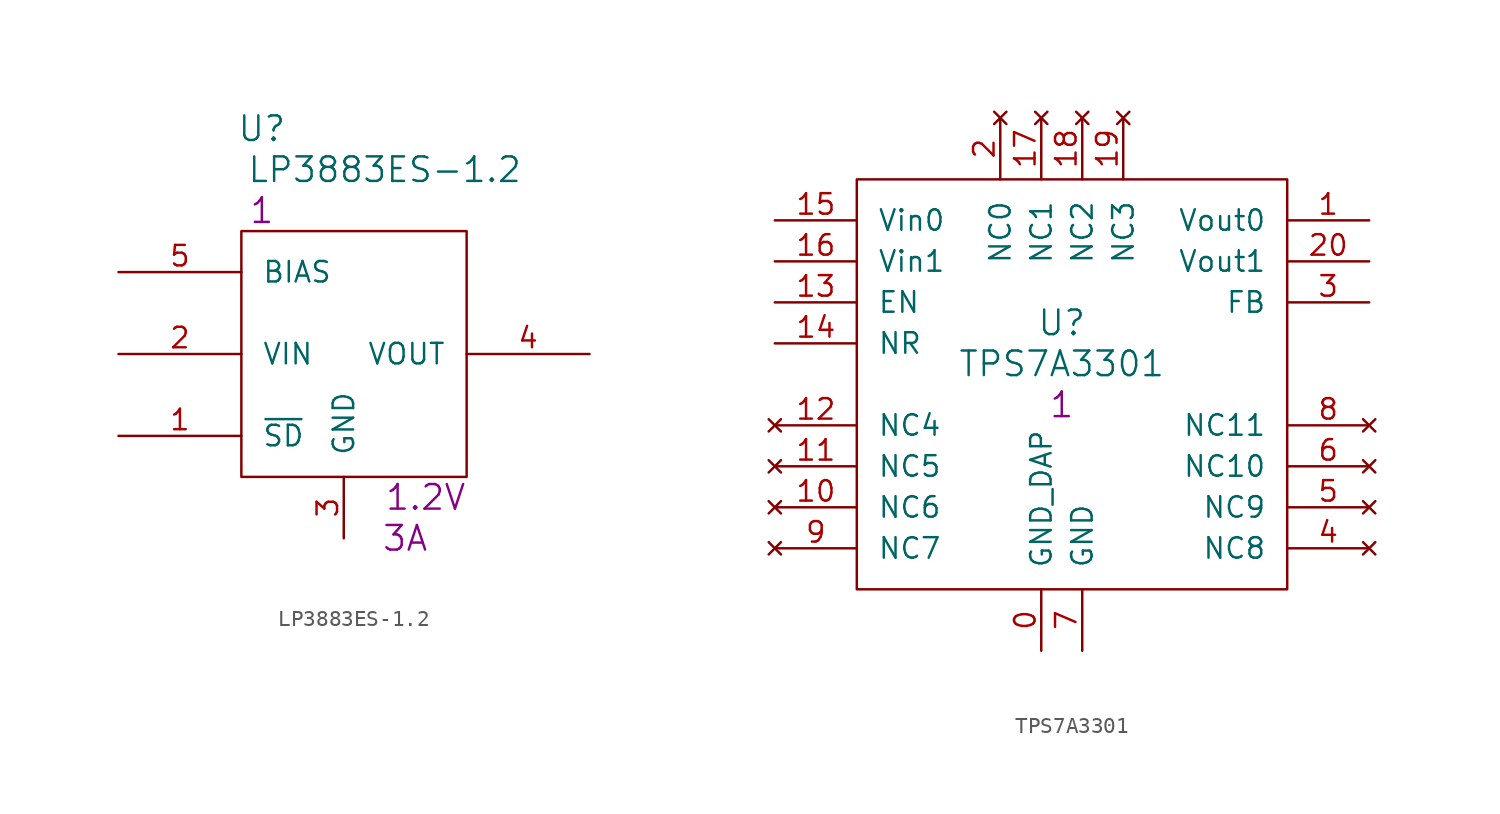
<source format=kicad_sym>
(kicad_symbol_lib
  (version 20211014)
  (generator kicad_symbol_editor)
  (symbol "LP3883ES-1.2"
    (pin_names
      (offset 1.27))
    (property "Reference" "U"
      (at 8.89 8.89 0)
      (effects (font (size 1.524 1.524))))
    (property "Value" "LP3883ES-1.2"
      (at 16.51 6.35 0)
      (effects (font (size 1.524 1.524))))
    (property "Datasheet" ""
      (at 0 0 0)
      (effects (font (size 1.524 1.524))))
    (property "Qty" "1"
      (at 8.89 3.81 0)
      (effects (font (size 1.524 1.524))))
    (property "Desc1" "1.2V"
      (at 19.05 -13.97 0)
      (effects (font (size 1.524 1.524))))
    (property "Desc2" "3A"
      (at 17.78 -16.51 0)
      (effects (font (size 1.524 1.524))))
    (symbol "LP3883ES-1.2_0_1"
      (rectangle (start 7.62 2.54) (end 21.59 -12.7) (stroke (width 0) (type default) (color 0 0 0 0)) (fill (type none))))
    (symbol "LP3883ES-1.2_1_1"
      (pin input line (at 0 -10.16 0) (length 7.62) (name "~{SD}" (effects (font (size 1.27 1.27)))) (number "1" (effects (font (size 1.27 1.27)))))
      (pin power_in line (at 0 -5.08 0) (length 7.62) (name "VIN" (effects (font (size 1.27 1.27)))) (number "2" (effects (font (size 1.27 1.27)))))
      (pin power_in line (at 13.97 -16.51 90) (length 3.81) (name "GND" (effects (font (size 1.27 1.27)))) (number "3" (effects (font (size 1.27 1.27)))))
      (pin power_out line (at 29.21 -5.08 180) (length 7.62) (name "VOUT" (effects (font (size 1.27 1.27)))) (number "4" (effects (font (size 1.27 1.27)))))
      (pin power_in line (at 0 0 0) (length 7.62) (name "BIAS" (effects (font (size 1.27 1.27)))) (number "5" (effects (font (size 1.27 1.27)))))))
  (symbol "TPS7A3301"
    (pin_names
      (offset 1.27))
    (property "Reference" "U"
      (at 17.78 -6.35 0)
      (effects (font (size 1.524 1.524))))
    (property "Value" "TPS7A3301"
      (at 17.78 -8.89 0)
      (effects (font (size 1.524 1.524))))
    (property "Qty" "1"
      (at 17.78 -11.43 0)
      (effects (font (size 1.524 1.524))))
    (symbol "TPS7A3301_0_1"
      (rectangle (start 5.08 2.54) (end 31.75 -22.86) (stroke (width 0) (type default) (color 0 0 0 0)) (fill (type none))))
    (symbol "TPS7A3301_1_1"
      (pin power_in line (at 16.51 -26.67 90) (length 3.81) (name "GND_DAP" (effects (font (size 1.27 1.27)))) (number "0" (effects (font (size 1.27 1.27)))))
      (pin power_out line (at 36.83 0 180) (length 5.08) (name "Vout0" (effects (font (size 1.27 1.27)))) (number "1" (effects (font (size 1.27 1.27)))))
      (pin no_connect line (at 0 -17.78 0) (length 5.08) (name "NC6" (effects (font (size 1.27 1.27)))) (number "10" (effects (font (size 1.27 1.27)))))
      (pin no_connect line (at 0 -15.24 0) (length 5.08) (name "NC5" (effects (font (size 1.27 1.27)))) (number "11" (effects (font (size 1.27 1.27)))))
      (pin no_connect line (at 0 -12.7 0) (length 5.08) (name "NC4" (effects (font (size 1.27 1.27)))) (number "12" (effects (font (size 1.27 1.27)))))
      (pin input line (at 0 -5.08 0) (length 5.08) (name "EN" (effects (font (size 1.27 1.27)))) (number "13" (effects (font (size 1.27 1.27)))))
      (pin input line (at 0 -7.62 0) (length 5.08) (name "NR" (effects (font (size 1.27 1.27)))) (number "14" (effects (font (size 1.27 1.27)))))
      (pin power_in line (at 0 0 0) (length 5.08) (name "Vin0" (effects (font (size 1.27 1.27)))) (number "15" (effects (font (size 1.27 1.27)))))
      (pin power_in line (at 0 -2.54 0) (length 5.08) (name "Vin1" (effects (font (size 1.27 1.27)))) (number "16" (effects (font (size 1.27 1.27)))))
      (pin no_connect line (at 16.51 6.35 270) (length 3.81) (name "NC1" (effects (font (size 1.27 1.27)))) (number "17" (effects (font (size 1.27 1.27)))))
      (pin no_connect line (at 19.05 6.35 270) (length 3.81) (name "NC2" (effects (font (size 1.27 1.27)))) (number "18" (effects (font (size 1.27 1.27)))))
      (pin no_connect line (at 21.59 6.35 270) (length 3.81) (name "NC3" (effects (font (size 1.27 1.27)))) (number "19" (effects (font (size 1.27 1.27)))))
      (pin no_connect line (at 13.97 6.35 270) (length 3.81) (name "NC0" (effects (font (size 1.27 1.27)))) (number "2" (effects (font (size 1.27 1.27)))))
      (pin power_out line (at 36.83 -2.54 180) (length 5.08) (name "Vout1" (effects (font (size 1.27 1.27)))) (number "20" (effects (font (size 1.27 1.27)))))
      (pin power_in line (at 36.83 -5.08 180) (length 5.08) (name "FB" (effects (font (size 1.27 1.27)))) (number "3" (effects (font (size 1.27 1.27)))))
      (pin no_connect line (at 36.83 -20.32 180) (length 5.08) (name "NC8" (effects (font (size 1.27 1.27)))) (number "4" (effects (font (size 1.27 1.27)))))
      (pin no_connect line (at 36.83 -17.78 180) (length 5.08) (name "NC9" (effects (font (size 1.27 1.27)))) (number "5" (effects (font (size 1.27 1.27)))))
      (pin no_connect line (at 36.83 -15.24 180) (length 5.08) (name "NC10" (effects (font (size 1.27 1.27)))) (number "6" (effects (font (size 1.27 1.27)))))
      (pin power_in line (at 19.05 -26.67 90) (length 3.81) (name "GND" (effects (font (size 1.27 1.27)))) (number "7" (effects (font (size 1.27 1.27)))))
      (pin no_connect line (at 36.83 -12.7 180) (length 5.08) (name "NC11" (effects (font (size 1.27 1.27)))) (number "8" (effects (font (size 1.27 1.27)))))
      (pin no_connect line (at 0 -20.32 0) (length 5.08) (name "NC7" (effects (font (size 1.27 1.27)))) (number "9" (effects (font (size 1.27 1.27))))))))
</source>
